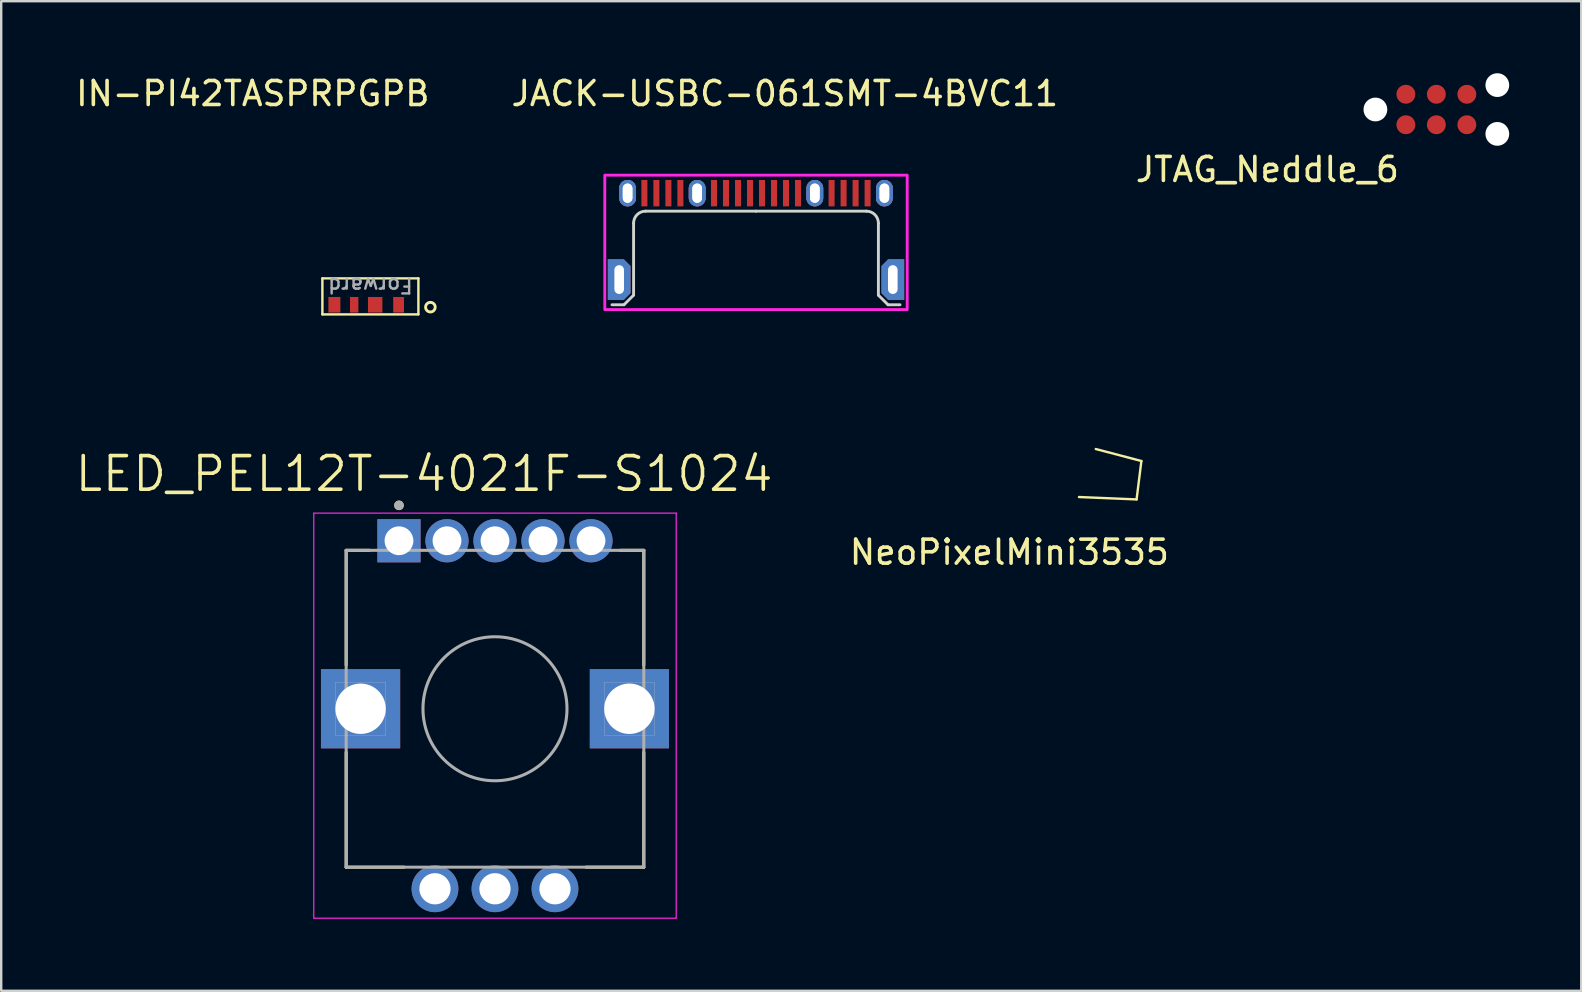
<source format=kicad_pcb>
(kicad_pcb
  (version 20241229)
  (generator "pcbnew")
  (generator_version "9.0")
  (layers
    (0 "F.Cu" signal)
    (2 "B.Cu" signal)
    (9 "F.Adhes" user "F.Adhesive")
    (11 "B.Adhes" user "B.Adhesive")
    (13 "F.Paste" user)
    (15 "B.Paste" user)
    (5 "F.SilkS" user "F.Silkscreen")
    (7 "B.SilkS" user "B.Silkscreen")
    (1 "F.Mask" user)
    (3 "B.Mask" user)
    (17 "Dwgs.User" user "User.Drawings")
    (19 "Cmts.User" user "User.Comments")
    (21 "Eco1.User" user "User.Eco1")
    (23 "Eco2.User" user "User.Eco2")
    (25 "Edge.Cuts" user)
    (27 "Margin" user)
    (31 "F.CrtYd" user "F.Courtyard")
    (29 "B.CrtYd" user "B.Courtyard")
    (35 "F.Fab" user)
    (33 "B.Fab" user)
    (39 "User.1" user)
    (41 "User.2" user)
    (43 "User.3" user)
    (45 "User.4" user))
  (footprint "IN-PI42TASPRPGPB"
    (layer "F.Cu")
    (at 10.382 10.048)
    (property "Reference" "IN-PI42TASPRPGPB" (at -2.9 -9.2 0) (layer "F.SilkS") (effects (font (size 1 1) (thickness 0.15))))
    (attr through_hole)
    (fp_line (start 0 -1.5) (end 4 -1.5) (stroke (width 0.1) (type solid)) (layer "F.SilkS"))
    (fp_line (start 0 0) (end 0 -1.5) (stroke (width 0.1) (type solid)) (layer "F.SilkS"))
    (fp_line (start 0 0) (end 4 0) (stroke (width 0.1) (type solid)) (layer "F.SilkS"))
    (fp_line (start 4 -1.5) (end 4 0) (stroke (width 0.1) (type solid)) (layer "F.SilkS"))
    (fp_circle (center 4.5 -0.3) (end 4.7 -0.3) (stroke (width 0.12) (type solid)) (fill no) (layer "F.SilkS"))
    (fp_text user "Forward" (at 2 -1.2 180) (unlocked yes) (layer "F.Fab") (effects (font (size 0.6 0.6) (thickness 0.1))))
    (pad "1" smd rect (at 3.175 -0.4) (size 0.45 0.65) (layers "F.Cu" "F.Mask" "F.Paste"))
    (pad "2" smd rect (at 2.2 -0.4) (size 0.6 0.65) (layers "F.Cu" "F.Mask" "F.Paste"))
    (pad "3" smd rect (at 1.325 -0.4 180) (size 0.35 0.65) (layers "F.Cu" "F.Mask" "F.Paste"))
    (pad "4" smd rect (at 0.5 -0.4) (size 0.5 0.65) (layers "F.Cu" "F.Mask" "F.Paste")))
  (footprint "LED_PEL12T-4021F-S1024"
    (layer "F.Cu")
    (at 17.573 26.48)
    (property "Reference" "LED_PEL12T-4021F-S1024" (at -2.955 -9.789 0) (layer "F.SilkS") (effects (font (size 1.4 1.4) (thickness 0.15))))
    (attr through_hole)
    (fp_line (start -6.2 -6.6) (end -6.2 -1.82) (stroke (width 0.127) (type solid)) (layer "F.SilkS"))
    (fp_line (start -6.2 1.82) (end -6.2 6.6) (stroke (width 0.127) (type solid)) (layer "F.SilkS"))
    (fp_line (start -5.22 -6.6) (end -6.2 -6.6) (stroke (width 0.127) (type solid)) (layer "F.SilkS"))
    (fp_line (start -3.795 6.6) (end -6.2 6.6) (stroke (width 0.127) (type solid)) (layer "F.SilkS"))
    (fp_line (start 6.2 -6.6) (end 5.22 -6.6) (stroke (width 0.127) (type solid)) (layer "F.SilkS"))
    (fp_line (start 6.2 -6.6) (end 6.2 -1.82) (stroke (width 0.127) (type solid)) (layer "F.SilkS"))
    (fp_line (start 6.2 1.82) (end 6.2 6.6) (stroke (width 0.127) (type solid)) (layer "F.SilkS"))
    (fp_line (start 6.2 6.6) (end 3.795 6.6) (stroke (width 0.127) (type solid)) (layer "F.SilkS"))
    (fp_circle (center -4 -8.475) (end -3.9 -8.475) (stroke (width 0.2) (type solid)) (fill no) (layer "F.SilkS"))
    (fp_line (start -6.65 -1.1) (end -4.55 -1.1) (stroke (width 0.01) (type solid)) (layer "Edge.Cuts"))
    (fp_line (start -6.65 1.1) (end -6.65 -1.1) (stroke (width 0.01) (type solid)) (layer "Edge.Cuts"))
    (fp_line (start -4.55 -1.1) (end -4.55 1.1) (stroke (width 0.01) (type solid)) (layer "Edge.Cuts"))
    (fp_line (start -4.55 1.1) (end -6.65 1.1) (stroke (width 0.01) (type solid)) (layer "Edge.Cuts"))
    (fp_line (start 4.55 -1.1) (end 6.65 -1.1) (stroke (width 0.01) (type solid)) (layer "Edge.Cuts"))
    (fp_line (start 4.55 1.1) (end 4.55 -1.1) (stroke (width 0.01) (type solid)) (layer "Edge.Cuts"))
    (fp_line (start 6.65 -1.1) (end 6.65 1.1) (stroke (width 0.01) (type solid)) (layer "Edge.Cuts"))
    (fp_line (start 6.65 1.1) (end 4.55 1.1) (stroke (width 0.01) (type solid)) (layer "Edge.Cuts"))
    (fp_line (start -7.55 -8.15) (end -7.55 8.725) (stroke (width 0.05) (type solid)) (layer "F.CrtYd"))
    (fp_line (start -7.55 8.725) (end 7.55 8.725) (stroke (width 0.05) (type solid)) (layer "F.CrtYd"))
    (fp_line (start 7.55 -8.15) (end -7.55 -8.15) (stroke (width 0.05) (type solid)) (layer "F.CrtYd"))
    (fp_line (start 7.55 8.725) (end 7.55 -8.15) (stroke (width 0.05) (type solid)) (layer "F.CrtYd"))
    (fp_line (start -6.2 -6.6) (end -6.2 6.6) (stroke (width 0.127) (type solid)) (layer "F.Fab"))
    (fp_line (start -6.2 6.6) (end 6.2 6.6) (stroke (width 0.127) (type solid)) (layer "F.Fab"))
    (fp_line (start 6.2 -6.6) (end -6.2 -6.6) (stroke (width 0.127) (type solid)) (layer "F.Fab"))
    (fp_line (start 6.2 6.6) (end 6.2 -6.6) (stroke (width 0.127) (type solid)) (layer "F.Fab"))
    (fp_circle (center -4 -8.475) (end -3.9 -8.475) (stroke (width 0.2) (type solid)) (fill no) (layer "F.Fab"))
    (fp_circle (center 0 0) (end 3 0) (stroke (width 0.127) (type solid)) (fill no) (layer "F.Fab"))
    (pad "1" thru_hole rect (at -4 -7) (size 1.8 1.8) (drill 1.2) (layers "*.Cu" "*.Mask"))
    (pad "2" thru_hole circle (at -2 -7) (size 1.8 1.8) (drill 1.2) (layers "*.Cu" "*.Mask"))
    (pad "3" thru_hole circle (at 0 -7) (size 1.8 1.8) (drill 1.2) (layers "*.Cu" "*.Mask"))
    (pad "4" thru_hole circle (at 2 -7) (size 1.8 1.8) (drill 1.2) (layers "*.Cu" "*.Mask"))
    (pad "5" thru_hole circle (at 4 -7) (size 1.8 1.8) (drill 1.2) (layers "*.Cu" "*.Mask"))
    (pad "A" thru_hole circle (at -2.5 7.5) (size 1.95 1.95) (drill 1.3) (layers "*.Cu" "*.Mask"))
    (pad "B" thru_hole circle (at 2.5 7.5) (size 1.95 1.95) (drill 1.3) (layers "*.Cu" "*.Mask"))
    (pad "C" thru_hole circle (at 0 7.5) (size 1.95 1.95) (drill 1.3) (layers "*.Cu" "*.Mask"))
    (pad "S1" thru_hole rect (at -5.6 0) (size 3.3 3.3) (drill 2.1) (layers "*.Cu" "*.Mask"))
    (pad "S2" thru_hole rect (at 5.6 0) (size 3.3 3.3) (drill 2.1) (layers "*.Cu" "*.Mask")))
  (footprint "JACK-USBC-061SMT-4BVC11"
    (layer "F.Cu")
    (at 28.448 9.648)
    (property "Reference" "JACK-USBC-061SMT-4BVC11" (at 1.2 -8.8 0) (unlocked yes) (layer "F.SilkS") (effects (font (size 1 1) (thickness 0.15))))
    (attr through_hole)
    (fp_line (start -6 0) (end -5.5 0) (stroke (width 0.12) (type default)) (layer "Edge.Cuts"))
    (fp_line (start -5.5 0) (end -5.1 -0.4) (stroke (width 0.12) (type default)) (layer "Edge.Cuts"))
    (fp_line (start -5.1 -3.4) (end -5.1 -0.4) (stroke (width 0.12) (type default)) (layer "Edge.Cuts"))
    (fp_line (start 0 -3.9) (end -4.6 -3.9) (stroke (width 0.12) (type default)) (layer "Edge.Cuts"))
    (fp_line (start 4.6 -3.9) (end 0 -3.9) (stroke (width 0.12) (type default)) (layer "Edge.Cuts"))
    (fp_line (start 5.1 -3.4) (end 5.1 -0.4) (stroke (width 0.12) (type default)) (layer "Edge.Cuts"))
    (fp_line (start 5.1 -0.4) (end 5.5 0) (stroke (width 0.12) (type default)) (layer "Edge.Cuts"))
    (fp_line (start 5.5 0) (end 6 0) (stroke (width 0.12) (type default)) (layer "Edge.Cuts"))
    (fp_arc (start -5.1 -3.4) (mid -4.953554 -3.753554) (end -4.6 -3.9) (stroke (width 0.12) (type default)) (layer "Edge.Cuts"))
    (fp_arc (start 4.6 -3.9) (mid 4.953554 -3.753554) (end 5.1 -3.4) (stroke (width 0.12) (type default)) (layer "Edge.Cuts"))
    (fp_rect (start -6.3 -5.4) (end 6.3 0.2) (stroke (width 0.12) (type default)) (fill no) (layer "F.CrtYd"))
    (fp_line (start -5 0) (end -5 2.9) (stroke (width 0.12) (type default)) (layer "User.1"))
    (fp_line (start 5 0) (end 5 2.9) (stroke (width 0.12) (type default)) (layer "User.1"))
    (fp_line (start 5 2.9) (end -5 2.9) (stroke (width 0.12) (type default)) (layer "User.1"))
    (pad "A1" thru_hole oval (at -5.35 -4.65) (size 0.7 1.1) (drill oval 0.4 0.8) (layers "*.Cu" "*.Mask"))
    (pad "A2" smd rect (at -4.65 -4.65) (size 0.25 1.1) (layers "F.Cu" "F.Mask" "F.Paste"))
    (pad "A3" smd rect (at -4.15 -4.65) (size 0.25 1.1) (layers "F.Cu" "F.Mask" "F.Paste"))
    (pad "A4" thru_hole oval (at -2.45 -4.65) (size 0.7 1.1) (drill oval 0.4 0.8) (layers "*.Cu" "*.Mask"))
    (pad "A5" smd rect (at -1.75 -4.65) (size 0.25 1.1) (layers "F.Cu" "F.Mask" "F.Paste"))
    (pad "A6" smd rect (at -0.25 -4.65) (size 0.25 1.1) (layers "F.Cu" "F.Mask" "F.Paste"))
    (pad "A7" smd rect (at 0.25 -4.65) (size 0.25 1.1) (layers "F.Cu" "F.Mask" "F.Paste"))
    (pad "A8" smd rect (at 1.75 -4.65) (size 0.25 1.1) (layers "F.Cu" "F.Mask" "F.Paste"))
    (pad "A9" thru_hole oval (at 2.45 -4.65) (size 0.7 1.1) (drill oval 0.4 0.8) (layers "*.Cu" "*.Mask"))
    (pad "A10" smd rect (at 3.15 -4.65) (size 0.25 1.1) (layers "F.Cu" "F.Mask" "F.Paste"))
    (pad "A11" smd rect (at 3.65 -4.65) (size 0.25 1.1) (layers "F.Cu" "F.Mask" "F.Paste"))
    (pad "A12" thru_hole oval (at 5.35 -4.65) (size 0.7 1.1) (drill oval 0.4 0.8) (layers "*.Cu" "*.Mask"))
    (pad "B1" thru_hole oval (at 5.35 -4.65) (size 0.7 1.1) (drill oval 0.4 0.8) (layers "*.Cu" "*.Mask"))
    (pad "B2" smd rect (at 4.65 -4.65) (size 0.25 1.1) (layers "F.Cu" "F.Mask" "F.Paste"))
    (pad "B3" smd rect (at 4.15 -4.65) (size 0.25 1.1) (layers "F.Cu" "F.Mask" "F.Paste"))
    (pad "B4" thru_hole oval (at 2.45 -4.65) (size 0.7 1.1) (drill oval 0.4 0.8) (layers "*.Cu" "*.Mask"))
    (pad "B5" smd rect (at 1.25 -4.65) (size 0.25 1.1) (layers "F.Cu" "F.Mask" "F.Paste"))
    (pad "B6" smd rect (at 0.75 -4.65) (size 0.25 1.1) (layers "F.Cu" "F.Mask" "F.Paste"))
    (pad "B7" smd rect (at -0.75 -4.65) (size 0.25 1.1) (layers "F.Cu" "F.Mask" "F.Paste"))
    (pad "B8" smd rect (at -1.25 -4.65) (size 0.25 1.1) (layers "F.Cu" "F.Mask" "F.Paste"))
    (pad "B9" thru_hole oval (at -2.45 -4.65) (size 0.7 1.1) (drill oval 0.4 0.8) (layers "*.Cu" "*.Mask"))
    (pad "B10" smd rect (at -3.15 -4.65) (size 0.25 1.1) (layers "F.Cu" "F.Mask" "F.Paste"))
    (pad "B11" smd rect (at -3.65 -4.65) (size 0.25 1.1) (layers "F.Cu" "F.Mask" "F.Paste"))
    (pad "B12" thru_hole oval (at -5.35 -4.65) (size 0.7 1.1) (drill oval 0.4 0.8) (layers "*.Cu" "*.Mask"))
    (pad "S1" thru_hole roundrect (at -5.7 -1.05) (size 0.95 1.7) (drill oval 0.4 1.2) (layers "*.Cu" "*.Mask") (roundrect_rratio 0) (chamfer_ratio 0.3) (chamfer top_right bottom_right))
    (pad "S1" thru_hole roundrect (at 5.7 -1.05) (size 0.95 1.7) (drill oval 0.4 1.2) (layers "*.Cu" "*.Mask") (roundrect_rratio 0) (chamfer_ratio 0.3) (chamfer top_left bottom_left)))
  (footprint "JTAG_Neddle_6"
    (layer "F.Cu")
    (at 54.255 1.512)
    (property "Reference" "JTAG_Neddle_6" (at -4.5 2.5 0) (layer "F.SilkS") (effects (font (size 1 1) (thickness 0.15))))
    (attr through_hole)
    (pad "" np_thru_hole circle (at 0 0) (size 0.991 0.991) (drill 0.991) (layers "*.Cu" "*.Mask"))
    (pad "" np_thru_hole circle (at 5.08 -1.016) (size 0.991 0.991) (drill 0.991) (layers "*.Cu" "*.Mask"))
    (pad "" np_thru_hole circle (at 5.08 1.016) (size 0.991 0.991) (drill 0.991) (layers "*.Cu" "*.Mask"))
    (pad "1" smd circle (at 1.27 0.635) (size 0.787 0.787) (layers "F.Cu" "F.Mask" "F.Paste"))
    (pad "2" smd circle (at 1.27 -0.635) (size 0.787 0.787) (layers "F.Cu" "F.Mask" "F.Paste"))
    (pad "3" smd circle (at 2.54 0.635) (size 0.787 0.787) (layers "F.Cu" "F.Mask" "F.Paste"))
    (pad "4" smd circle (at 2.54 -0.635) (size 0.787 0.787) (layers "F.Cu" "F.Mask" "F.Paste"))
    (pad "5" smd circle (at 3.81 0.635) (size 0.787 0.787) (layers "F.Cu" "F.Mask" "F.Paste"))
    (pad "6" smd circle (at 3.81 -0.635) (size 0.787 0.787) (layers "F.Cu" "F.Mask" "F.Paste")))
  (footprint "NeoPixelMini3535"
    (layer "F.Cu")
    (at 41.905 17.658)
    (property "Reference" "NeoPixelMini3535" (at -2.9 2.3 0) (layer "F.SilkS") (effects (font (size 1 1) (thickness 0.15))))
    (attr through_hole)
    (fp_line (start 0 0) (end 2.4 0.1) (stroke (width 0.1) (type solid)) (layer "F.SilkS"))
    (fp_line (start 2.4 0.1) (end 2.6 -1.5) (stroke (width 0.1) (type solid)) (layer "F.SilkS"))
    (fp_line (start 2.6 -1.5) (end 0.7 -2) (stroke (width 0.1) (type solid)) (layer "F.SilkS")))
  (gr_rect
    (start -3 -3)
    (end 62.831 38.23)
    (stroke (width 0.1) (type default))
    (fill no)
    (layer "Edge.Cuts")))
</source>
